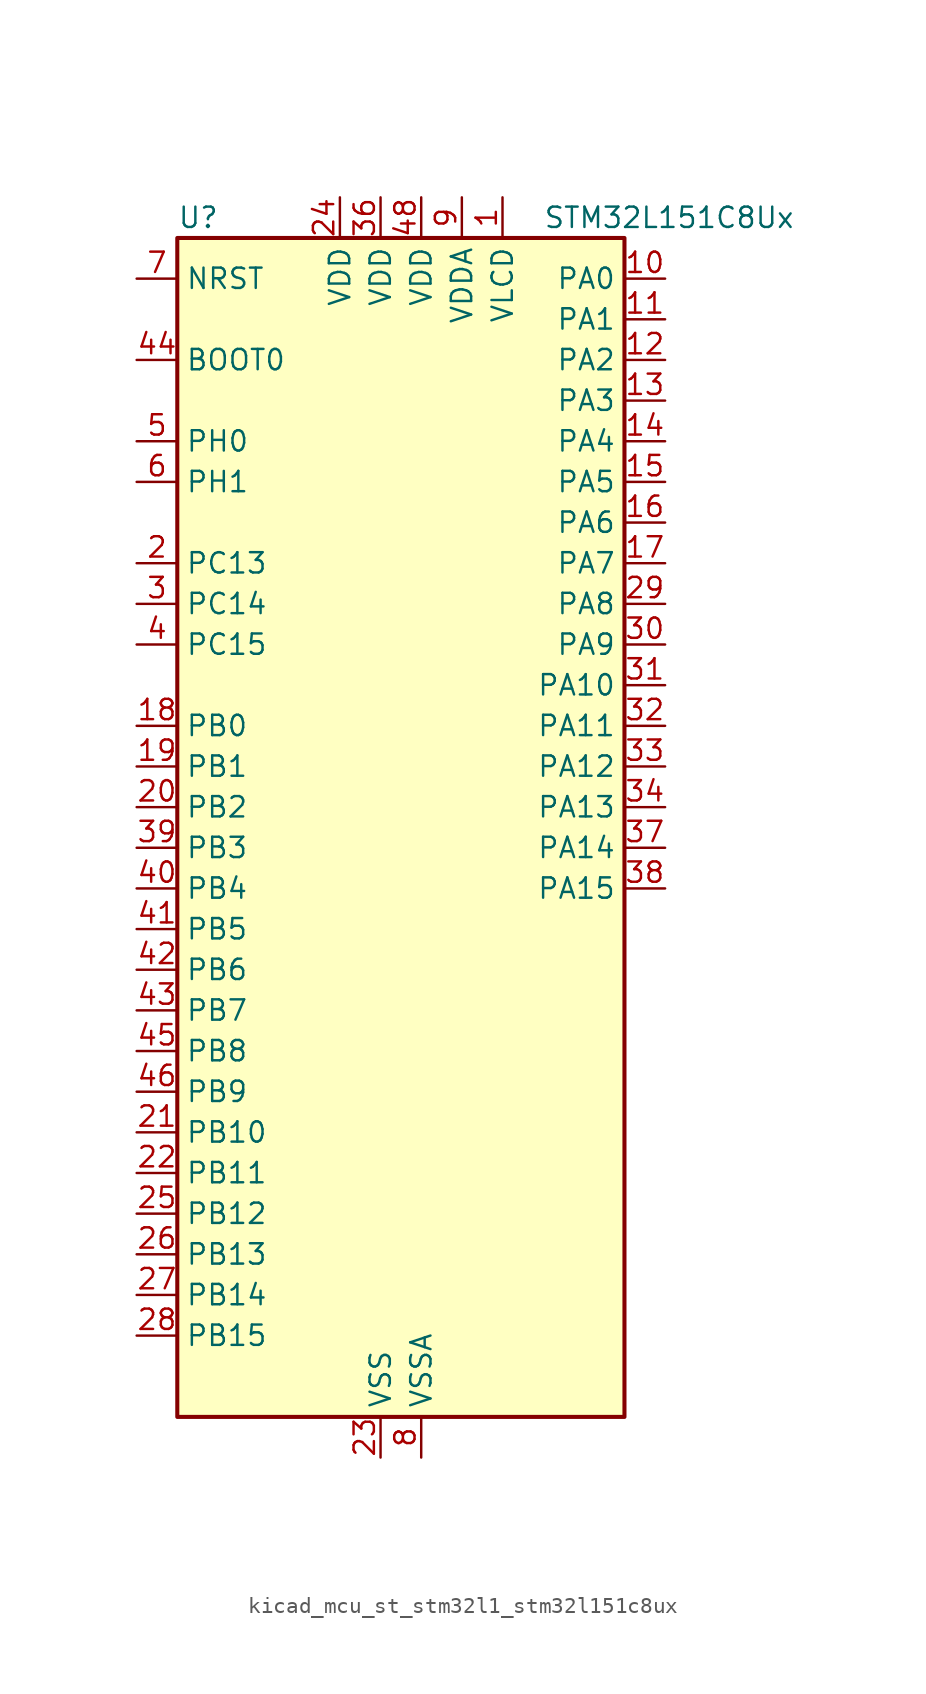
<source format=kicad_sym>
(kicad_symbol_lib
  (version 20220914)
  (generator kicad_symbol_editor)
  (symbol "kicad_mcu_st_stm32l1_stm32l151c8ux"
    (property "Reference" "U"
      (at -12.7 39.37 0)
      (effects (font (size 1.27 1.27)) (justify left)))
    (property "Value" "STM32L151C8Ux"
      (at 10.16 39.37 0)
      (effects (font (size 1.27 1.27)) (justify left)))
    (property "ki_locked" ""
      (at 0 0 0)
      (effects (font (size 1.27 1.27))))
    (symbol "kicad_mcu_st_stm32l1_stm32l151c8ux_0_1"
      (rectangle (start -12.7 -35.56) (end 15.24 38.1) (stroke (width 0.254) (type default)) (fill (type background))))
    (symbol "kicad_mcu_st_stm32l1_stm32l151c8ux_1_1"
      (pin power_in line (at 7.62 40.64 270) (length 2.54) (name "VLCD" (effects (font (size 1.27 1.27)))) (number "1" (effects (font (size 1.27 1.27)))))
      (pin bidirectional line (at 17.78 35.56 180) (length 2.54) (name "PA0" (effects (font (size 1.27 1.27)))) (number "10" (effects (font (size 1.27 1.27)))) (alternate "ADC_IN0" bidirectional line) (alternate "COMP1_INP" bidirectional line) (alternate "SYS_WKUP1" bidirectional line) (alternate "TIM2_CH1" bidirectional line) (alternate "TIM2_ETR" bidirectional line) (alternate "TIMX_IC1" bidirectional line) (alternate "TS_G1_IO1" bidirectional line) (alternate "USART2_CTS" bidirectional line))
      (pin bidirectional line (at 17.78 33.02 180) (length 2.54) (name "PA1" (effects (font (size 1.27 1.27)))) (number "11" (effects (font (size 1.27 1.27)))) (alternate "ADC_IN1" bidirectional line) (alternate "COMP1_INP" bidirectional line) (alternate "TIM2_CH2" bidirectional line) (alternate "TIMX_IC2" bidirectional line) (alternate "TS_G1_IO2" bidirectional line) (alternate "USART2_RTS" bidirectional line))
      (pin bidirectional line (at 17.78 30.48 180) (length 2.54) (name "PA2" (effects (font (size 1.27 1.27)))) (number "12" (effects (font (size 1.27 1.27)))) (alternate "ADC_IN2" bidirectional line) (alternate "COMP1_INP" bidirectional line) (alternate "TIM2_CH3" bidirectional line) (alternate "TIM9_CH1" bidirectional line) (alternate "TIMX_IC3" bidirectional line) (alternate "TS_G1_IO3" bidirectional line) (alternate "USART2_TX" bidirectional line))
      (pin bidirectional line (at 17.78 27.94 180) (length 2.54) (name "PA3" (effects (font (size 1.27 1.27)))) (number "13" (effects (font (size 1.27 1.27)))) (alternate "ADC_IN3" bidirectional line) (alternate "COMP1_INP" bidirectional line) (alternate "TIM2_CH4" bidirectional line) (alternate "TIM9_CH2" bidirectional line) (alternate "TIMX_IC4" bidirectional line) (alternate "TS_G1_IO4" bidirectional line) (alternate "USART2_RX" bidirectional line))
      (pin bidirectional line (at 17.78 25.4 180) (length 2.54) (name "PA4" (effects (font (size 1.27 1.27)))) (number "14" (effects (font (size 1.27 1.27)))) (alternate "ADC_IN4" bidirectional line) (alternate "COMP1_INP" bidirectional line) (alternate "DAC_OUT1" bidirectional line) (alternate "SPI1_NSS" bidirectional line) (alternate "TIMX_IC1" bidirectional line) (alternate "USART2_CK" bidirectional line))
      (pin bidirectional line (at 17.78 22.86 180) (length 2.54) (name "PA5" (effects (font (size 1.27 1.27)))) (number "15" (effects (font (size 1.27 1.27)))) (alternate "ADC_IN5" bidirectional line) (alternate "COMP1_INP" bidirectional line) (alternate "DAC_OUT2" bidirectional line) (alternate "SPI1_SCK" bidirectional line) (alternate "TIM2_CH1" bidirectional line) (alternate "TIM2_ETR" bidirectional line) (alternate "TIMX_IC2" bidirectional line))
      (pin bidirectional line (at 17.78 20.32 180) (length 2.54) (name "PA6" (effects (font (size 1.27 1.27)))) (number "16" (effects (font (size 1.27 1.27)))) (alternate "ADC_IN6" bidirectional line) (alternate "COMP1_INP" bidirectional line) (alternate "SPI1_MISO" bidirectional line) (alternate "TIM10_CH1" bidirectional line) (alternate "TIM3_CH1" bidirectional line) (alternate "TIMX_IC3" bidirectional line) (alternate "TS_G2_IO1" bidirectional line))
      (pin bidirectional line (at 17.78 17.78 180) (length 2.54) (name "PA7" (effects (font (size 1.27 1.27)))) (number "17" (effects (font (size 1.27 1.27)))) (alternate "ADC_IN7" bidirectional line) (alternate "COMP1_INP" bidirectional line) (alternate "SPI1_MOSI" bidirectional line) (alternate "TIM11_CH1" bidirectional line) (alternate "TIM3_CH2" bidirectional line) (alternate "TIMX_IC4" bidirectional line) (alternate "TS_G2_IO2" bidirectional line))
      (pin bidirectional line (at -15.24 7.62 0) (length 2.54) (name "PB0" (effects (font (size 1.27 1.27)))) (number "18" (effects (font (size 1.27 1.27)))) (alternate "ADC_IN8" bidirectional line) (alternate "COMP1_INP" bidirectional line) (alternate "SYS_V_REF_OUT" bidirectional line) (alternate "TIM3_CH3" bidirectional line) (alternate "TS_G3_IO1" bidirectional line))
      (pin bidirectional line (at -15.24 5.08 0) (length 2.54) (name "PB1" (effects (font (size 1.27 1.27)))) (number "19" (effects (font (size 1.27 1.27)))) (alternate "ADC_IN9" bidirectional line) (alternate "COMP1_INP" bidirectional line) (alternate "SYS_V_REF_OUT" bidirectional line) (alternate "TIM3_CH4" bidirectional line) (alternate "TS_G3_IO2" bidirectional line))
      (pin bidirectional line (at -15.24 17.78 0) (length 2.54) (name "PC13" (effects (font (size 1.27 1.27)))) (number "2" (effects (font (size 1.27 1.27)))) (alternate "RTC_OUT_ALARM" bidirectional line) (alternate "RTC_OUT_CALIB" bidirectional line) (alternate "RTC_TAMP1" bidirectional line) (alternate "RTC_TS" bidirectional line) (alternate "SYS_WKUP2" bidirectional line) (alternate "TIMX_IC2" bidirectional line))
      (pin bidirectional line (at -15.24 2.54 0) (length 2.54) (name "PB2" (effects (font (size 1.27 1.27)))) (number "20" (effects (font (size 1.27 1.27)))))
      (pin bidirectional line (at -15.24 -17.78 0) (length 2.54) (name "PB10" (effects (font (size 1.27 1.27)))) (number "21" (effects (font (size 1.27 1.27)))) (alternate "I2C2_SCL" bidirectional line) (alternate "TIM2_CH3" bidirectional line) (alternate "USART3_TX" bidirectional line))
      (pin bidirectional line (at -15.24 -20.32 0) (length 2.54) (name "PB11" (effects (font (size 1.27 1.27)))) (number "22" (effects (font (size 1.27 1.27)))) (alternate "ADC_EXTI11" bidirectional line) (alternate "I2C2_SDA" bidirectional line) (alternate "TIM2_CH4" bidirectional line) (alternate "USART3_RX" bidirectional line))
      (pin power_in line (at 0 -38.1 90) (length 2.54) (name "VSS" (effects (font (size 1.27 1.27)))) (number "23" (effects (font (size 1.27 1.27)))))
      (pin power_in line (at -2.54 40.64 270) (length 2.54) (name "VDD" (effects (font (size 1.27 1.27)))) (number "24" (effects (font (size 1.27 1.27)))))
      (pin bidirectional line (at -15.24 -22.86 0) (length 2.54) (name "PB12" (effects (font (size 1.27 1.27)))) (number "25" (effects (font (size 1.27 1.27)))) (alternate "ADC_IN18" bidirectional line) (alternate "COMP1_INP" bidirectional line) (alternate "I2C2_SMBA" bidirectional line) (alternate "SPI2_NSS" bidirectional line) (alternate "TIM10_CH1" bidirectional line) (alternate "TS_G7_IO1" bidirectional line) (alternate "USART3_CK" bidirectional line))
      (pin bidirectional line (at -15.24 -25.4 0) (length 2.54) (name "PB13" (effects (font (size 1.27 1.27)))) (number "26" (effects (font (size 1.27 1.27)))) (alternate "ADC_IN19" bidirectional line) (alternate "COMP1_INP" bidirectional line) (alternate "SPI2_SCK" bidirectional line) (alternate "TIM9_CH1" bidirectional line) (alternate "TS_G7_IO2" bidirectional line) (alternate "USART3_CTS" bidirectional line))
      (pin bidirectional line (at -15.24 -27.94 0) (length 2.54) (name "PB14" (effects (font (size 1.27 1.27)))) (number "27" (effects (font (size 1.27 1.27)))) (alternate "ADC_IN20" bidirectional line) (alternate "COMP1_INP" bidirectional line) (alternate "SPI2_MISO" bidirectional line) (alternate "TIM9_CH2" bidirectional line) (alternate "TS_G7_IO3" bidirectional line) (alternate "USART3_RTS" bidirectional line))
      (pin bidirectional line (at -15.24 -30.48 0) (length 2.54) (name "PB15" (effects (font (size 1.27 1.27)))) (number "28" (effects (font (size 1.27 1.27)))) (alternate "ADC_EXTI15" bidirectional line) (alternate "ADC_IN21" bidirectional line) (alternate "COMP1_INP" bidirectional line) (alternate "RTC_REFIN" bidirectional line) (alternate "SPI2_MOSI" bidirectional line) (alternate "TIM11_CH1" bidirectional line) (alternate "TS_G7_IO4" bidirectional line))
      (pin bidirectional line (at 17.78 15.24 180) (length 2.54) (name "PA8" (effects (font (size 1.27 1.27)))) (number "29" (effects (font (size 1.27 1.27)))) (alternate "RCC_MCO" bidirectional line) (alternate "TIMX_IC1" bidirectional line) (alternate "TS_G4_IO1" bidirectional line) (alternate "USART1_CK" bidirectional line))
      (pin bidirectional line (at -15.24 15.24 0) (length 2.54) (name "PC14" (effects (font (size 1.27 1.27)))) (number "3" (effects (font (size 1.27 1.27)))) (alternate "RCC_OSC32_IN" bidirectional line) (alternate "TIMX_IC3" bidirectional line))
      (pin bidirectional line (at 17.78 12.7 180) (length 2.54) (name "PA9" (effects (font (size 1.27 1.27)))) (number "30" (effects (font (size 1.27 1.27)))) (alternate "DAC_EXTI9" bidirectional line) (alternate "TIMX_IC2" bidirectional line) (alternate "TS_G4_IO2" bidirectional line) (alternate "USART1_TX" bidirectional line))
      (pin bidirectional line (at 17.78 10.16 180) (length 2.54) (name "PA10" (effects (font (size 1.27 1.27)))) (number "31" (effects (font (size 1.27 1.27)))) (alternate "TIMX_IC3" bidirectional line) (alternate "TS_G4_IO3" bidirectional line) (alternate "USART1_RX" bidirectional line))
      (pin bidirectional line (at 17.78 7.62 180) (length 2.54) (name "PA11" (effects (font (size 1.27 1.27)))) (number "32" (effects (font (size 1.27 1.27)))) (alternate "ADC_EXTI11" bidirectional line) (alternate "SPI1_MISO" bidirectional line) (alternate "TIMX_IC4" bidirectional line) (alternate "USART1_CTS" bidirectional line) (alternate "USB_DM" bidirectional line))
      (pin bidirectional line (at 17.78 5.08 180) (length 2.54) (name "PA12" (effects (font (size 1.27 1.27)))) (number "33" (effects (font (size 1.27 1.27)))) (alternate "SPI1_MOSI" bidirectional line) (alternate "TIMX_IC1" bidirectional line) (alternate "USART1_RTS" bidirectional line) (alternate "USB_DP" bidirectional line))
      (pin bidirectional line (at 17.78 2.54 180) (length 2.54) (name "PA13" (effects (font (size 1.27 1.27)))) (number "34" (effects (font (size 1.27 1.27)))) (alternate "SYS_JTMS-SWDIO" bidirectional line) (alternate "TIMX_IC2" bidirectional line) (alternate "TS_G5_IO1" bidirectional line))
      (pin passive line (at 0 -38.1 90) (length 2.54) hide (name "VSS" (effects (font (size 1.27 1.27)))) (number "35" (effects (font (size 1.27 1.27)))))
      (pin power_in line (at 0 40.64 270) (length 2.54) (name "VDD" (effects (font (size 1.27 1.27)))) (number "36" (effects (font (size 1.27 1.27)))))
      (pin bidirectional line (at 17.78 0 180) (length 2.54) (name "PA14" (effects (font (size 1.27 1.27)))) (number "37" (effects (font (size 1.27 1.27)))) (alternate "SYS_JTCK-SWCLK" bidirectional line) (alternate "TIMX_IC3" bidirectional line) (alternate "TS_G5_IO2" bidirectional line))
      (pin bidirectional line (at 17.78 -2.54 180) (length 2.54) (name "PA15" (effects (font (size 1.27 1.27)))) (number "38" (effects (font (size 1.27 1.27)))) (alternate "ADC_EXTI15" bidirectional line) (alternate "SPI1_NSS" bidirectional line) (alternate "SYS_JTDI" bidirectional line) (alternate "TIM2_CH1" bidirectional line) (alternate "TIM2_ETR" bidirectional line) (alternate "TIMX_IC4" bidirectional line) (alternate "TS_G5_IO3" bidirectional line))
      (pin bidirectional line (at -15.24 0 0) (length 2.54) (name "PB3" (effects (font (size 1.27 1.27)))) (number "39" (effects (font (size 1.27 1.27)))) (alternate "COMP2_INM" bidirectional line) (alternate "SPI1_SCK" bidirectional line) (alternate "SYS_JTDO-TRACESWO" bidirectional line) (alternate "TIM2_CH2" bidirectional line))
      (pin bidirectional line (at -15.24 12.7 0) (length 2.54) (name "PC15" (effects (font (size 1.27 1.27)))) (number "4" (effects (font (size 1.27 1.27)))) (alternate "ADC_EXTI15" bidirectional line) (alternate "RCC_OSC32_OUT" bidirectional line) (alternate "TIMX_IC4" bidirectional line))
      (pin bidirectional line (at -15.24 -2.54 0) (length 2.54) (name "PB4" (effects (font (size 1.27 1.27)))) (number "40" (effects (font (size 1.27 1.27)))) (alternate "COMP2_INP" bidirectional line) (alternate "SPI1_MISO" bidirectional line) (alternate "SYS_JTRST" bidirectional line) (alternate "TIM3_CH1" bidirectional line) (alternate "TS_G6_IO1" bidirectional line))
      (pin bidirectional line (at -15.24 -5.08 0) (length 2.54) (name "PB5" (effects (font (size 1.27 1.27)))) (number "41" (effects (font (size 1.27 1.27)))) (alternate "COMP2_INP" bidirectional line) (alternate "I2C1_SMBA" bidirectional line) (alternate "SPI1_MOSI" bidirectional line) (alternate "TIM3_CH2" bidirectional line) (alternate "TS_G6_IO2" bidirectional line))
      (pin bidirectional line (at -15.24 -7.62 0) (length 2.54) (name "PB6" (effects (font (size 1.27 1.27)))) (number "42" (effects (font (size 1.27 1.27)))) (alternate "I2C1_SCL" bidirectional line) (alternate "TIM4_CH1" bidirectional line) (alternate "USART1_TX" bidirectional line))
      (pin bidirectional line (at -15.24 -10.16 0) (length 2.54) (name "PB7" (effects (font (size 1.27 1.27)))) (number "43" (effects (font (size 1.27 1.27)))) (alternate "I2C1_SDA" bidirectional line) (alternate "SYS_PVD_IN" bidirectional line) (alternate "TIM4_CH2" bidirectional line) (alternate "USART1_RX" bidirectional line))
      (pin input line (at -15.24 30.48 0) (length 2.54) (name "BOOT0" (effects (font (size 1.27 1.27)))) (number "44" (effects (font (size 1.27 1.27)))))
      (pin bidirectional line (at -15.24 -12.7 0) (length 2.54) (name "PB8" (effects (font (size 1.27 1.27)))) (number "45" (effects (font (size 1.27 1.27)))) (alternate "I2C1_SCL" bidirectional line) (alternate "TIM10_CH1" bidirectional line) (alternate "TIM4_CH3" bidirectional line))
      (pin bidirectional line (at -15.24 -15.24 0) (length 2.54) (name "PB9" (effects (font (size 1.27 1.27)))) (number "46" (effects (font (size 1.27 1.27)))) (alternate "DAC_EXTI9" bidirectional line) (alternate "I2C1_SDA" bidirectional line) (alternate "TIM11_CH1" bidirectional line) (alternate "TIM4_CH4" bidirectional line))
      (pin passive line (at 0 -38.1 90) (length 2.54) hide (name "VSS" (effects (font (size 1.27 1.27)))) (number "47" (effects (font (size 1.27 1.27)))))
      (pin power_in line (at 2.54 40.64 270) (length 2.54) (name "VDD" (effects (font (size 1.27 1.27)))) (number "48" (effects (font (size 1.27 1.27)))))
      (pin passive line (at 0 -38.1 90) (length 2.54) hide (name "VSS" (effects (font (size 1.27 1.27)))) (number "49" (effects (font (size 1.27 1.27)))))
      (pin bidirectional line (at -15.24 25.4 0) (length 2.54) (name "PH0" (effects (font (size 1.27 1.27)))) (number "5" (effects (font (size 1.27 1.27)))) (alternate "RCC_OSC_IN" bidirectional line))
      (pin bidirectional line (at -15.24 22.86 0) (length 2.54) (name "PH1" (effects (font (size 1.27 1.27)))) (number "6" (effects (font (size 1.27 1.27)))) (alternate "RCC_OSC_OUT" bidirectional line))
      (pin input line (at -15.24 35.56 0) (length 2.54) (name "NRST" (effects (font (size 1.27 1.27)))) (number "7" (effects (font (size 1.27 1.27)))))
      (pin power_in line (at 2.54 -38.1 90) (length 2.54) (name "VSSA" (effects (font (size 1.27 1.27)))) (number "8" (effects (font (size 1.27 1.27)))))
      (pin power_in line (at 5.08 40.64 270) (length 2.54) (name "VDDA" (effects (font (size 1.27 1.27)))) (number "9" (effects (font (size 1.27 1.27))))))))
</source>
